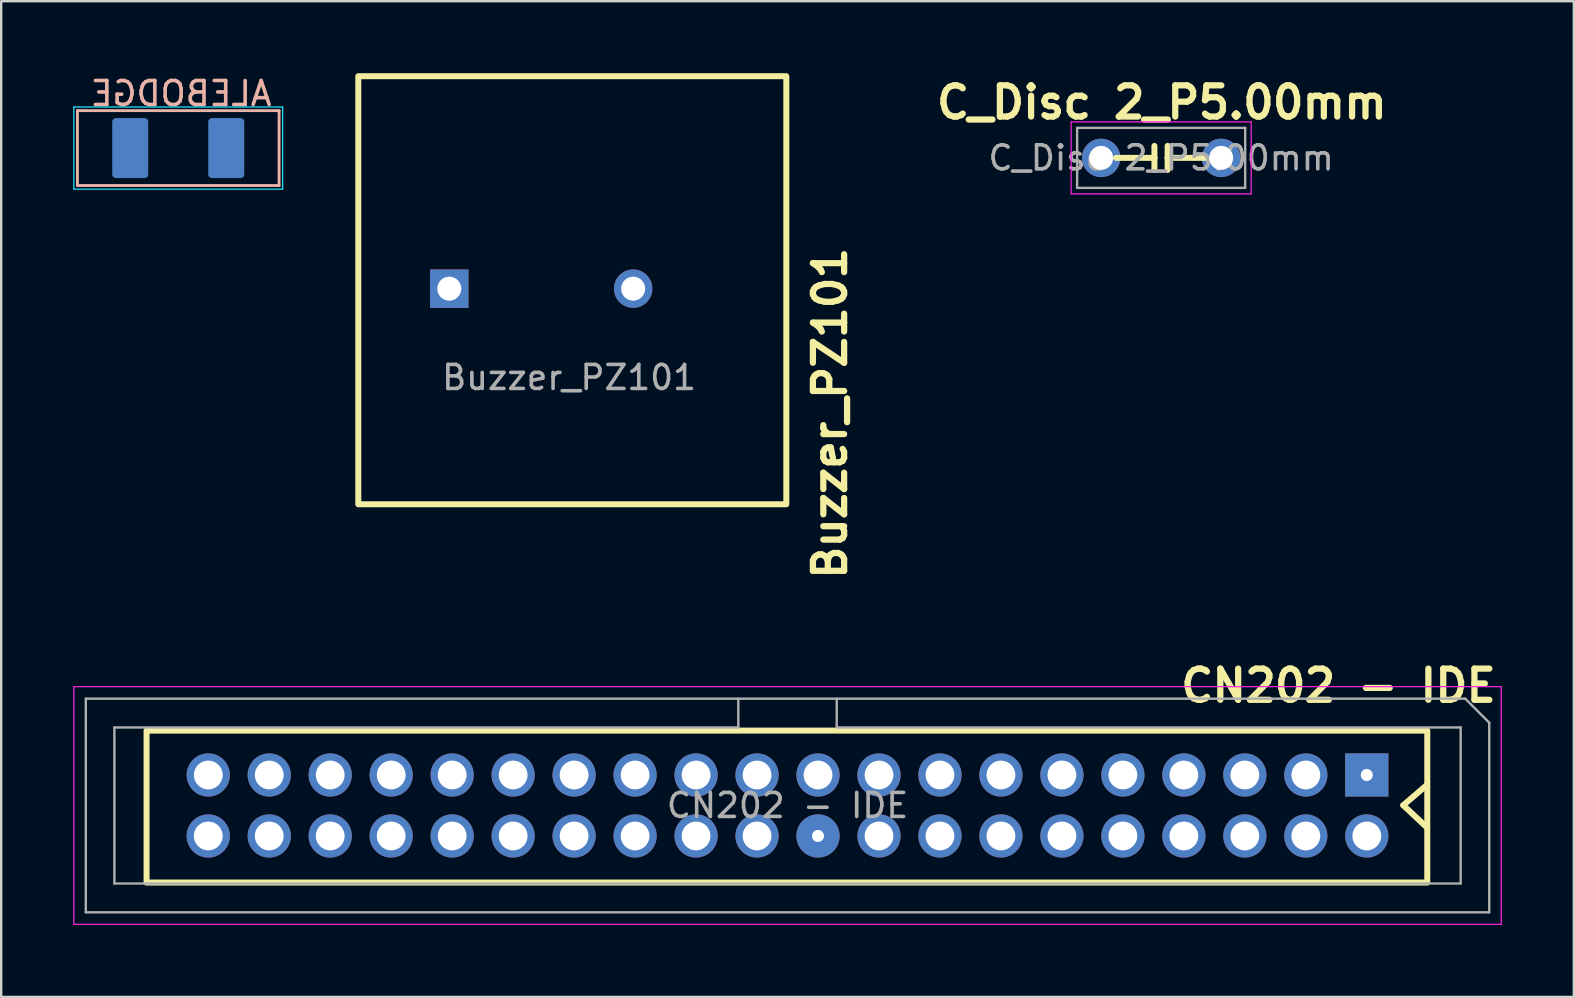
<source format=kicad_pcb>
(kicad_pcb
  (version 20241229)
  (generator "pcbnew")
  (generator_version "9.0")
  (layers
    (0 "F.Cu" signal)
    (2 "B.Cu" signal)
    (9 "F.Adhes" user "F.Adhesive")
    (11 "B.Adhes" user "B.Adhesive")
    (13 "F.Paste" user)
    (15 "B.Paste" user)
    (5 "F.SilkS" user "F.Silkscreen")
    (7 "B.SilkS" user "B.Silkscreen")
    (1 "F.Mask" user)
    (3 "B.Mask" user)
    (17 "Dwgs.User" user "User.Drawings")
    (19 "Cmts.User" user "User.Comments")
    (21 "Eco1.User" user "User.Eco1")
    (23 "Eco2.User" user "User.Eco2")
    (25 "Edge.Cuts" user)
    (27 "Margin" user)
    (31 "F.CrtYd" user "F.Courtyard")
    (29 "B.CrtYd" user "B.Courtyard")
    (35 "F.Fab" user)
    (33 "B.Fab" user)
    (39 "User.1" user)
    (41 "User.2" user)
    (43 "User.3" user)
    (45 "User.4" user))
  (footprint "CN202 - IDE"
    (layer "F.Cu")
    (at 28.915 30.433)
    (property "Reference" "CN202 - IDE" (at 23.79 -4.92 0) (layer "F.SilkS") (effects (font (size 1.3 1.3) (thickness 0.26) (bold yes))))
    (attr through_hole)
    (fp_line (start 26.49 0.06) (end 27.48 0.99) (stroke (width 0.25) (type default)) (layer "F.SilkS"))
    (fp_line (start 27.48 -0.79) (end 26.49 0.06) (stroke (width 0.25) (type default)) (layer "F.SilkS"))
    (fp_rect (start -25.86 -3.05) (end 27.49 3.28) (stroke (width 0.25) (type default)) (fill no) (layer "F.SilkS"))
    (fp_line (start -28.89 -4.88) (end -28.89 5.02) (stroke (width 0.05) (type solid)) (layer "F.CrtYd"))
    (fp_line (start -28.89 5.02) (end 30.57 5.02) (stroke (width 0.05) (type solid)) (layer "F.CrtYd"))
    (fp_line (start 30.57 -4.88) (end -28.89 -4.88) (stroke (width 0.05) (type solid)) (layer "F.CrtYd"))
    (fp_line (start 30.57 5.02) (end 30.57 -4.88) (stroke (width 0.05) (type solid)) (layer "F.CrtYd"))
    (fp_line (start -28.39 -4.38) (end 29.07 -4.38) (stroke (width 0.1) (type solid)) (layer "F.Fab"))
    (fp_line (start -28.39 4.52) (end -28.39 -4.38) (stroke (width 0.1) (type solid)) (layer "F.Fab"))
    (fp_line (start -27.2 -3.18) (end -1.21 -3.18) (stroke (width 0.1) (type solid)) (layer "F.Fab"))
    (fp_line (start -27.2 3.32) (end -27.2 -3.18) (stroke (width 0.1) (type solid)) (layer "F.Fab"))
    (fp_line (start -1.21 -3.18) (end -1.21 -4.38) (stroke (width 0.1) (type solid)) (layer "F.Fab"))
    (fp_line (start -1.21 -3.18) (end -1.21 -3.18) (stroke (width 0.1) (type solid)) (layer "F.Fab"))
    (fp_line (start 2.89 -4.38) (end 2.89 -3.18) (stroke (width 0.1) (type solid)) (layer "F.Fab"))
    (fp_line (start 2.89 -3.18) (end 28.88 -3.18) (stroke (width 0.1) (type solid)) (layer "F.Fab"))
    (fp_line (start 28.88 -3.18) (end 28.88 3.32) (stroke (width 0.1) (type solid)) (layer "F.Fab"))
    (fp_line (start 28.88 3.32) (end -27.2 3.32) (stroke (width 0.1) (type solid)) (layer "F.Fab"))
    (fp_line (start 29.07 -4.38) (end 30.07 -3.38) (stroke (width 0.1) (type solid)) (layer "F.Fab"))
    (fp_line (start 30.07 -3.38) (end 30.07 4.52) (stroke (width 0.1) (type solid)) (layer "F.Fab"))
    (fp_line (start 30.07 4.52) (end -28.39 4.52) (stroke (width 0.1) (type solid)) (layer "F.Fab"))
    (fp_text user "${REFERENCE}" (at 0.84 0.07 0) (layer "F.Fab") (effects (font (size 1 1) (thickness 0.15))))
    (pad "1" thru_hole rect (at 24.97 -1.2 270) (size 1.8 1.8) (drill 0.5) (layers "*.Cu"))
    (pad "2" thru_hole circle (at 24.97 1.34 270) (size 1.8 1.8) (drill 1.2) (layers "*.Cu" "*.Mask"))
    (pad "3" thru_hole circle (at 22.43 -1.2 270) (size 1.8 1.8) (drill 1.2) (layers "*.Cu" "*.Mask"))
    (pad "4" thru_hole circle (at 22.43 1.34 270) (size 1.8 1.8) (drill 1.2) (layers "*.Cu" "*.Mask"))
    (pad "5" thru_hole circle (at 19.89 -1.2 270) (size 1.8 1.8) (drill 1.2) (layers "*.Cu" "*.Mask"))
    (pad "6" thru_hole circle (at 19.89 1.34 270) (size 1.8 1.8) (drill 1.2) (layers "*.Cu" "*.Mask"))
    (pad "7" thru_hole circle (at 17.35 -1.2 270) (size 1.8 1.8) (drill 1.2) (layers "*.Cu" "*.Mask"))
    (pad "8" thru_hole circle (at 17.35 1.34 270) (size 1.8 1.8) (drill 1.2) (layers "*.Cu" "*.Mask"))
    (pad "9" thru_hole circle (at 14.81 -1.2 270) (size 1.8 1.8) (drill 1.2) (layers "*.Cu" "*.Mask"))
    (pad "10" thru_hole circle (at 14.81 1.34 270) (size 1.8 1.8) (drill 1.2) (layers "*.Cu" "*.Mask"))
    (pad "11" thru_hole circle (at 12.27 -1.2 270) (size 1.8 1.8) (drill 1.2) (layers "*.Cu" "*.Mask"))
    (pad "12" thru_hole circle (at 12.27 1.34 270) (size 1.8 1.8) (drill 1.2) (layers "*.Cu" "*.Mask"))
    (pad "13" thru_hole circle (at 9.73 -1.2 270) (size 1.8 1.8) (drill 1.2) (layers "*.Cu" "*.Mask"))
    (pad "14" thru_hole circle (at 9.73 1.34 270) (size 1.8 1.8) (drill 1.2) (layers "*.Cu" "*.Mask"))
    (pad "15" thru_hole circle (at 7.19 -1.2 270) (size 1.8 1.8) (drill 1.2) (layers "*.Cu" "*.Mask"))
    (pad "16" thru_hole circle (at 7.19 1.34 270) (size 1.8 1.8) (drill 1.2) (layers "*.Cu" "*.Mask"))
    (pad "17" thru_hole circle (at 4.65 -1.2 270) (size 1.8 1.8) (drill 1.2) (layers "*.Cu" "*.Mask"))
    (pad "18" thru_hole circle (at 4.65 1.34 270) (size 1.8 1.8) (drill 1.2) (layers "*.Cu" "*.Mask"))
    (pad "19" thru_hole circle (at 2.11 -1.2 270) (size 1.8 1.8) (drill 1.2) (layers "*.Cu" "*.Mask"))
    (pad "20" thru_hole circle (at 2.11 1.34 270) (size 1.8 1.8) (drill 0.5) (layers "*.Cu"))
    (pad "21" thru_hole circle (at -0.43 -1.2 270) (size 1.8 1.8) (drill 1.2) (layers "*.Cu" "*.Mask"))
    (pad "22" thru_hole circle (at -0.43 1.34 270) (size 1.8 1.8) (drill 1.2) (layers "*.Cu" "*.Mask"))
    (pad "23" thru_hole circle (at -2.97 -1.2 270) (size 1.8 1.8) (drill 1.2) (layers "*.Cu" "*.Mask"))
    (pad "24" thru_hole circle (at -2.97 1.34 270) (size 1.8 1.8) (drill 1.2) (layers "*.Cu" "*.Mask"))
    (pad "25" thru_hole circle (at -5.51 -1.2 270) (size 1.8 1.8) (drill 1.2) (layers "*.Cu" "*.Mask"))
    (pad "26" thru_hole circle (at -5.51 1.34 270) (size 1.8 1.8) (drill 1.2) (layers "*.Cu" "*.Mask"))
    (pad "27" thru_hole circle (at -8.05 -1.2 270) (size 1.8 1.8) (drill 1.2) (layers "*.Cu" "*.Mask"))
    (pad "28" thru_hole circle (at -8.05 1.34 270) (size 1.8 1.8) (drill 1.2) (layers "*.Cu" "*.Mask"))
    (pad "29" thru_hole circle (at -10.59 -1.2 270) (size 1.8 1.8) (drill 1.2) (layers "*.Cu" "*.Mask"))
    (pad "30" thru_hole circle (at -10.59 1.34 270) (size 1.8 1.8) (drill 1.2) (layers "*.Cu" "*.Mask"))
    (pad "31" thru_hole circle (at -13.13 -1.2 270) (size 1.8 1.8) (drill 1.2) (layers "*.Cu" "*.Mask"))
    (pad "32" thru_hole circle (at -13.13 1.34 270) (size 1.8 1.8) (drill 1.2) (layers "*.Cu" "*.Mask"))
    (pad "33" thru_hole circle (at -15.67 -1.2 270) (size 1.8 1.8) (drill 1.2) (layers "*.Cu" "*.Mask"))
    (pad "34" thru_hole circle (at -15.67 1.34 270) (size 1.8 1.8) (drill 1.2) (layers "*.Cu" "*.Mask"))
    (pad "35" thru_hole circle (at -18.21 -1.2 270) (size 1.8 1.8) (drill 1.2) (layers "*.Cu" "*.Mask"))
    (pad "36" thru_hole circle (at -18.21 1.34 270) (size 1.8 1.8) (drill 1.2) (layers "*.Cu" "*.Mask"))
    (pad "37" thru_hole circle (at -20.75 -1.2 270) (size 1.8 1.8) (drill 1.2) (layers "*.Cu" "*.Mask"))
    (pad "38" thru_hole circle (at -20.75 1.34 270) (size 1.8 1.8) (drill 1.2) (layers "*.Cu" "*.Mask"))
    (pad "39" thru_hole circle (at -23.29 -1.2 270) (size 1.8 1.8) (drill 1.2) (layers "*.Cu" "*.Mask"))
    (pad "40" thru_hole circle (at -23.29 1.34 270) (size 1.8 1.8) (drill 1.2) (layers "*.Cu" "*.Mask")))
  (footprint "ALEBODGE"
    (layer "F.Cu")
    (at 4.375 3.118)
    (property "Reference" "ALEBODGE" (at 0.12 -2.27 0) (layer "B.SilkS") (effects (font (size 1 1) (thickness 0.15)) (justify mirror)))
    (attr smd)
    (fp_line (start -4.2 -1.56) (end -4.2 1.56) (stroke (width 0.12) (type solid)) (layer "B.SilkS"))
    (fp_line (start -4.2 -1.56) (end 4.2 -1.56) (stroke (width 0.12) (type solid)) (layer "B.SilkS"))
    (fp_line (start -4.2 1.56) (end 4.2 1.56) (stroke (width 0.12) (type solid)) (layer "B.SilkS"))
    (fp_line (start 4.2 -1.56) (end 4.2 1.56) (stroke (width 0.12) (type solid)) (layer "B.SilkS"))
    (fp_line (start -4.35 -1.71) (end -4.35 1.71) (stroke (width 0.05) (type solid)) (layer "B.CrtYd"))
    (fp_line (start -4.35 -1.71) (end 4.35 -1.71) (stroke (width 0.05) (type solid)) (layer "B.CrtYd"))
    (fp_line (start -4.35 1.71) (end 4.35 1.71) (stroke (width 0.05) (type solid)) (layer "B.CrtYd"))
    (fp_line (start 4.35 -1.71) (end 4.35 1.71) (stroke (width 0.05) (type solid)) (layer "B.CrtYd"))
    (pad "1" smd roundrect (at -2 0) (size 1.5 2.5) (layers "B.Cu" "B.Mask" "B.Paste") (roundrect_rratio 0.1))
    (pad "2" smd roundrect (at 2 0) (size 1.5 2.5) (layers "B.Cu" "B.Mask" "B.Paste") (roundrect_rratio 0.1)))
  (footprint "Buzzer_PZ101"
    (layer "F.Cu")
    (at 15.685 9.035)
    (property "Reference" "Buzzer_PZ101" (at 15.84 5.13 90) (layer "F.SilkS") (effects (font (size 1.3 1.3) (thickness 0.26) (bold yes))))
    (attr through_hole)
    (fp_rect (start -3.81 -8.91) (end 14.02 8.92) (stroke (width 0.25) (type default)) (fill no) (layer "F.SilkS"))
    (fp_text user "${REFERENCE}" (at 4.97 3.64 0) (layer "F.Fab") (effects (font (size 1 1) (thickness 0.15))))
    (pad "1" thru_hole rect (at -0.02 -0.06) (size 1.6 1.6) (drill 1) (layers "*.Cu" "*.Mask"))
    (pad "2" thru_hole circle (at 7.64 -0.06) (size 1.6 1.6) (drill 1) (layers "*.Cu" "*.Mask")))
  (footprint "C_Disc 2_P5.00mm"
    (layer "F.Cu")
    (at 45.379 3.497)
    (property "Reference" "C_Disc 2_P5.00mm" (at -0.03 -2.28 0) (layer "F.SilkS") (effects (font (size 1.3 1.3) (thickness 0.26) (bold yes))))
    (attr through_hole)
    (fp_line (start -1.94 0.03) (end -0.34 0.03) (stroke (width 0.25) (type default)) (layer "F.SilkS"))
    (fp_line (start -0.34 0.03) (end -0.34 -0.47) (stroke (width 0.25) (type default)) (layer "F.SilkS"))
    (fp_line (start -0.34 0.03) (end -0.34 0.53) (stroke (width 0.25) (type default)) (layer "F.SilkS"))
    (fp_line (start 0.21 0.03) (end 0.21 -0.47) (stroke (width 0.25) (type default)) (layer "F.SilkS"))
    (fp_line (start 0.21 0.03) (end 0.21 0.53) (stroke (width 0.25) (type default)) (layer "F.SilkS"))
    (fp_line (start 1.81 0.03) (end 0.21 0.03) (stroke (width 0.25) (type default)) (layer "F.SilkS"))
    (fp_line (start -3.81 -1.47) (end -3.81 1.53) (stroke (width 0.05) (type solid)) (layer "F.CrtYd"))
    (fp_line (start -3.81 1.53) (end 3.69 1.53) (stroke (width 0.05) (type solid)) (layer "F.CrtYd"))
    (fp_line (start 3.69 -1.47) (end -3.81 -1.47) (stroke (width 0.05) (type solid)) (layer "F.CrtYd"))
    (fp_line (start 3.69 1.53) (end 3.69 -1.47) (stroke (width 0.05) (type solid)) (layer "F.CrtYd"))
    (fp_line (start -3.56 -1.22) (end -3.56 1.28) (stroke (width 0.1) (type solid)) (layer "F.Fab"))
    (fp_line (start -3.56 1.28) (end 3.44 1.28) (stroke (width 0.1) (type solid)) (layer "F.Fab"))
    (fp_line (start 3.44 -1.22) (end -3.56 -1.22) (stroke (width 0.1) (type solid)) (layer "F.Fab"))
    (fp_line (start 3.44 1.28) (end 3.44 -1.22) (stroke (width 0.1) (type solid)) (layer "F.Fab"))
    (fp_text user "${REFERENCE}" (at -0.06 0.03 0) (layer "F.Fab") (effects (font (size 1 1) (thickness 0.15))))
    (pad "1" thru_hole circle (at -2.56 0.03) (size 1.6 1.6) (drill 1) (layers "*.Cu" "*.Mask"))
    (pad "2" thru_hole circle (at 2.44 0.03) (size 1.6 1.6) (drill 1) (layers "*.Cu" "*.Mask")))
  (gr_rect
    (start -3 -3)
    (end 62.51 38.478)
    (stroke (width 0.1) (type default))
    (fill no)
    (layer "Edge.Cuts")))
</source>
